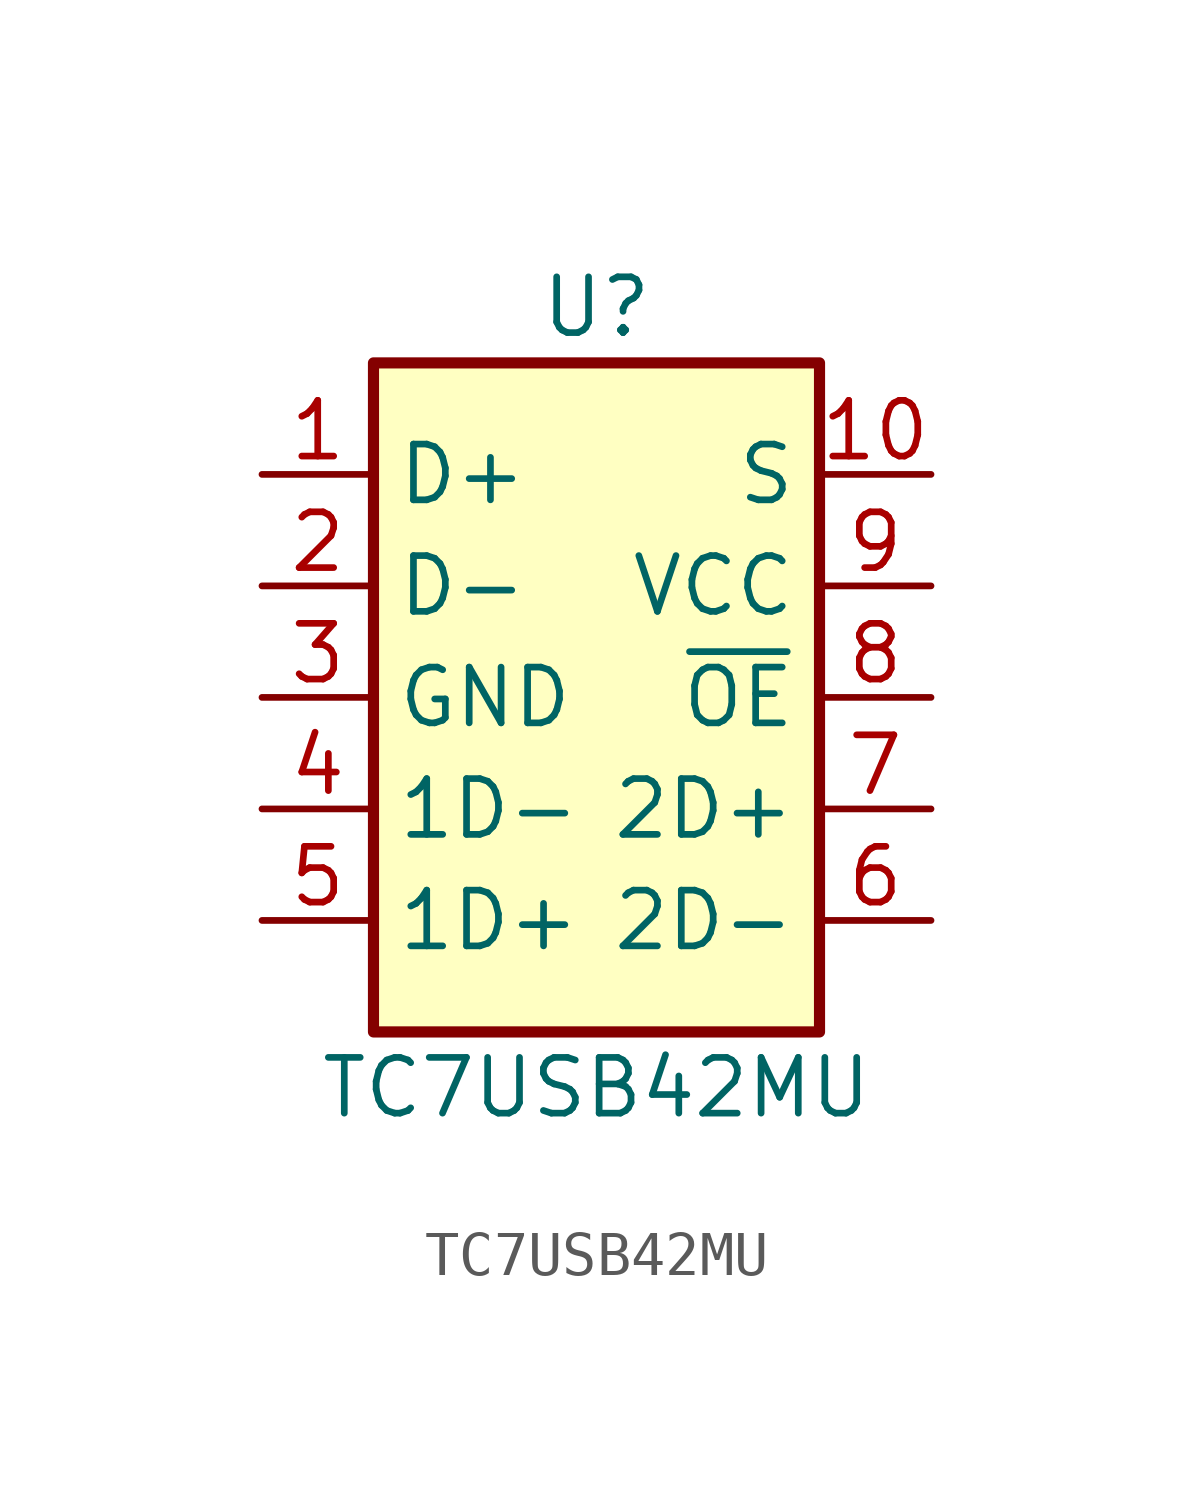
<source format=kicad_sym>
(kicad_symbol_lib
  (version 20220914)
  (generator kicad_symbol_editor)
  (symbol "TC7USB42MU"
    (property "Reference" "U"
      (at 0 8.89 0)
      (effects (font (size 1.27 1.27))))
    (property "Value" "TC7USB42MU"
      (at 0 -8.89 0)
      (effects (font (size 1.27 1.27))))
    (symbol "TC7USB42MU_1_1"
      (rectangle (start -5.08 7.62) (end 5.08 -7.62) (stroke (width 0.254) (type default)) (fill (type background)))
      (pin bidirectional line (at -7.62 5.08 0) (length 2.54) (name "D+" (effects (font (size 1.27 1.27)))) (number "1" (effects (font (size 1.27 1.27)))))
      (pin input line (at 7.62 5.08 180) (length 2.54) (name "S" (effects (font (size 1.27 1.27)))) (number "10" (effects (font (size 1.27 1.27)))))
      (pin bidirectional line (at -7.62 2.54 0) (length 2.54) (name "D-" (effects (font (size 1.27 1.27)))) (number "2" (effects (font (size 1.27 1.27)))))
      (pin power_in line (at -7.62 0 0) (length 2.54) (name "GND" (effects (font (size 1.27 1.27)))) (number "3" (effects (font (size 1.27 1.27)))))
      (pin bidirectional line (at -7.62 -2.54 0) (length 2.54) (name "1D-" (effects (font (size 1.27 1.27)))) (number "4" (effects (font (size 1.27 1.27)))))
      (pin bidirectional line (at -7.62 -5.08 0) (length 2.54) (name "1D+" (effects (font (size 1.27 1.27)))) (number "5" (effects (font (size 1.27 1.27)))))
      (pin bidirectional line (at 7.62 -5.08 180) (length 2.54) (name "2D-" (effects (font (size 1.27 1.27)))) (number "6" (effects (font (size 1.27 1.27)))))
      (pin bidirectional line (at 7.62 -2.54 180) (length 2.54) (name "2D+" (effects (font (size 1.27 1.27)))) (number "7" (effects (font (size 1.27 1.27)))))
      (pin input line (at 7.62 0 180) (length 2.54) (name "~{OE}" (effects (font (size 1.27 1.27)))) (number "8" (effects (font (size 1.27 1.27)))))
      (pin power_in line (at 7.62 2.54 180) (length 2.54) (name "VCC" (effects (font (size 1.27 1.27)))) (number "9" (effects (font (size 1.27 1.27))))))))
</source>
